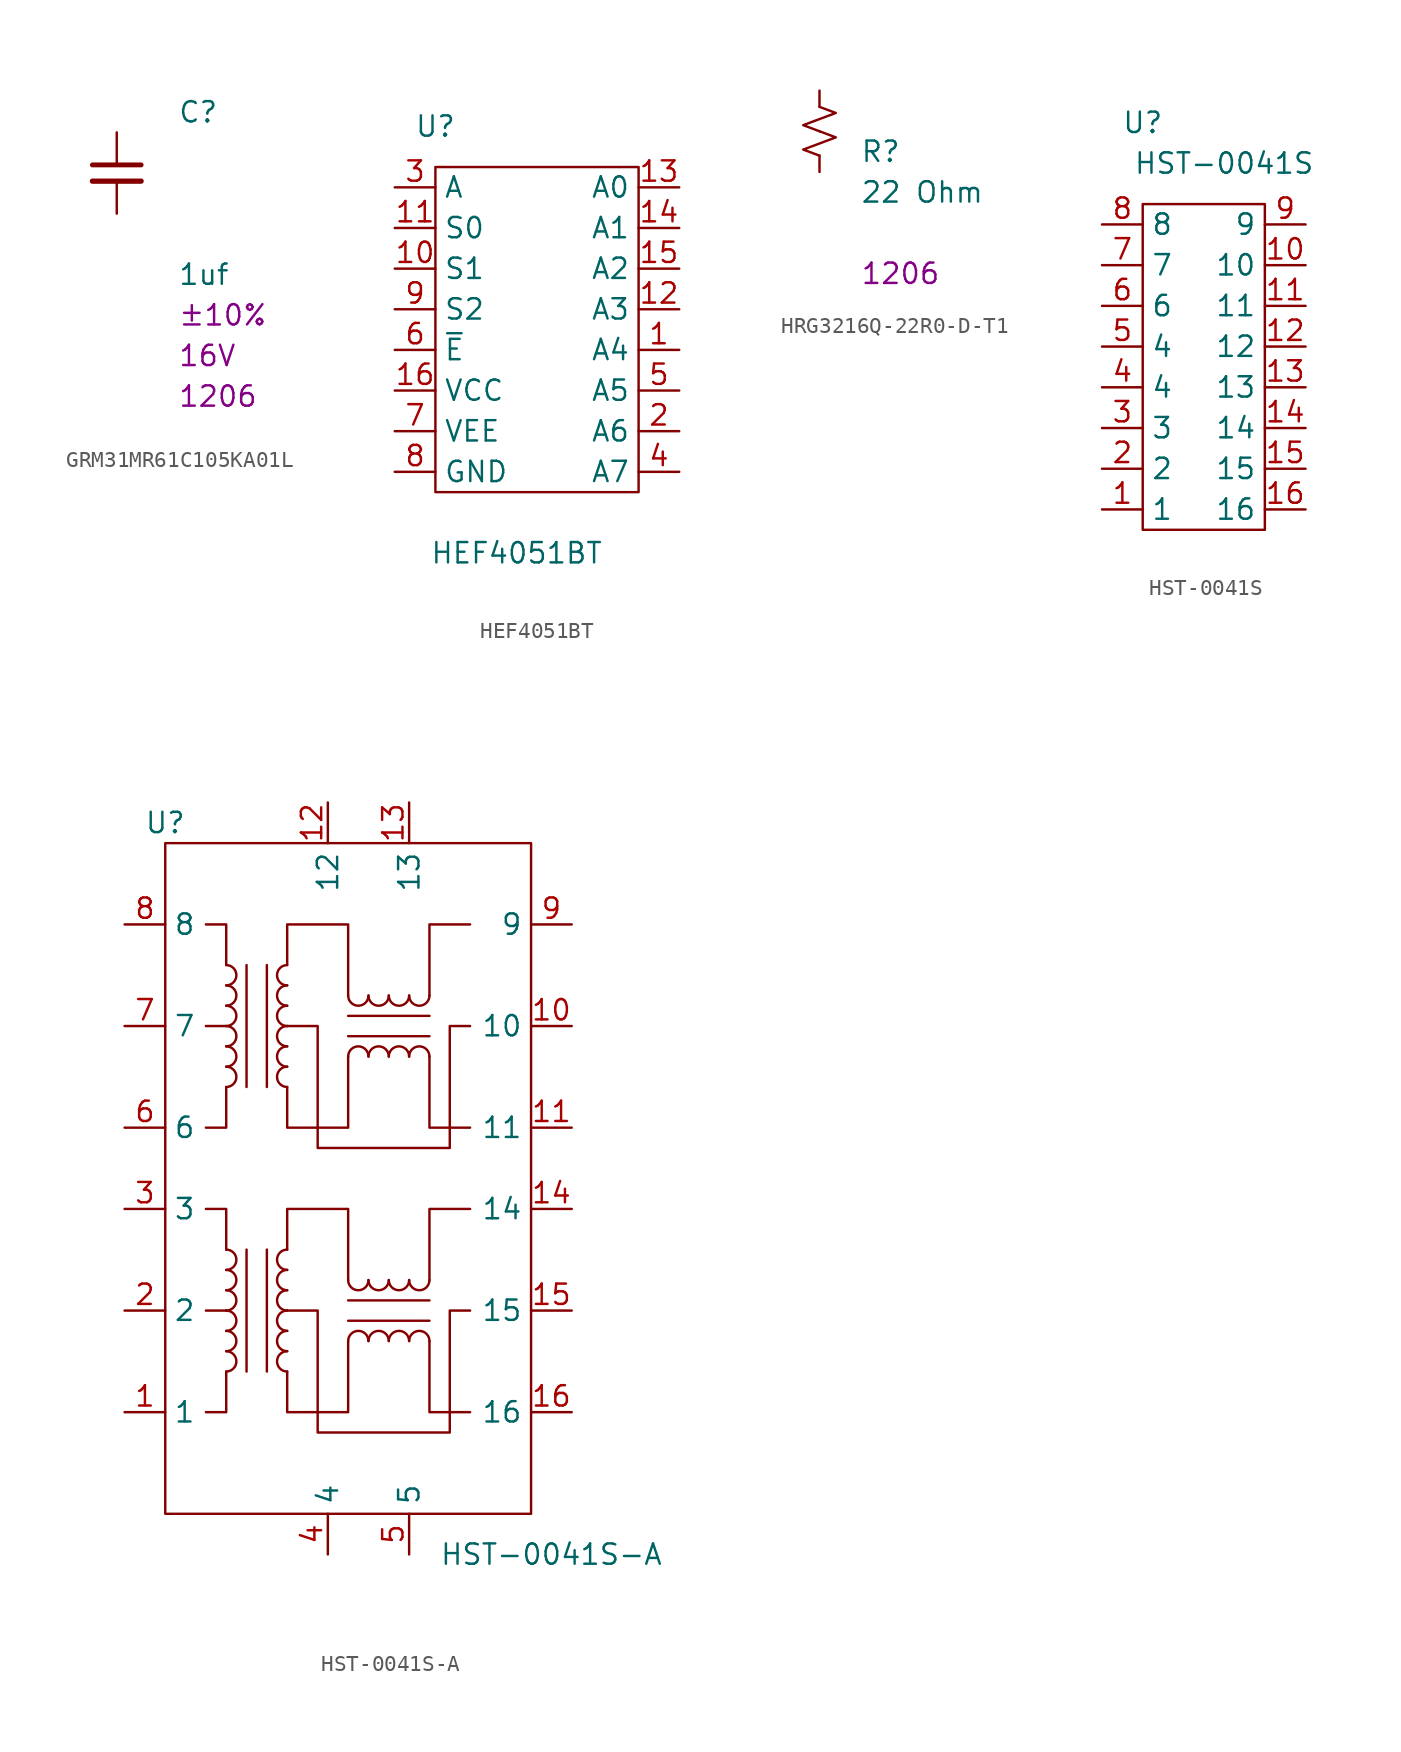
<source format=kicad_sym>
(kicad_symbol_lib
  (version 20220914)
  (generator kicad_symbol_editor)
  (symbol "GRM31MR61C105KA01L"
    (pin_numbers hide)
    (pin_names
      (offset 0.254) hide)
    (property "Reference" "C"
      (at 3.81 3.81 0)
      (effects (font (size 1.27 1.27)) (justify left)))
    (property "Value" "GRM31MR61C105KA01L"
      (at 3.81 -1.27 0)
      (effects (font (size 1.27 1.27)) (justify left)))
    (property "value" "1uf"
      (at 3.81 -6.35 0)
      (effects (font (size 1.27 1.27)) (justify left)))
    (property "Tolerance" "±10%"
      (at 3.81 -8.89 0)
      (effects (font (size 1.27 1.27)) (justify left)))
    (property "MAX Voltage" "16V"
      (at 3.81 -11.43 0)
      (effects (font (size 1.27 1.27)) (justify left)))
    (property "Chip Set" "1206"
      (at 3.81 -13.97 0)
      (effects (font (size 1.27 1.27)) (justify left)))
    (symbol "GRM31MR61C105KA01L_1_1"
      (polyline (pts (xy -1.524 -0.508) (xy 1.524 -0.508)) (stroke (width 0.33) (type default)) (fill (type none)))
      (polyline (pts (xy -1.524 0.508) (xy 1.524 0.508)) (stroke (width 0.305) (type default)) (fill (type none)))
      (pin passive line (at 0 2.54 270) (length 2.032) (name "~" (effects (font (size 1.27 1.27)))) (number "1" (effects (font (size 1.27 1.27)))))
      (pin passive line (at 0 -2.54 90) (length 2.032) (name "~" (effects (font (size 1.27 1.27)))) (number "2" (effects (font (size 1.27 1.27)))))))
  (symbol "HEF4051BT"
    (property "Reference" "U"
      (at -5.08 11.43 0)
      (effects (font (size 1.27 1.27))))
    (property "Value" "HEF4051BT"
      (at 0 -15.24 0)
      (effects (font (size 1.27 1.27))))
    (symbol "HEF4051BT_0_1"
      (rectangle (start -5.08 8.89) (end 7.62 -11.43) (stroke (width 0) (type default)) (fill (type none))))
    (symbol "HEF4051BT_1_1"
      (pin passive line (at 10.16 -2.54 180) (length 2.54) (name "A4" (effects (font (size 1.27 1.27)))) (number "1" (effects (font (size 1.27 1.27)))))
      (pin input line (at -7.62 2.54 0) (length 2.54) (name "S1" (effects (font (size 1.27 1.27)))) (number "10" (effects (font (size 1.27 1.27)))))
      (pin input line (at -7.62 5.08 0) (length 2.54) (name "S0" (effects (font (size 1.27 1.27)))) (number "11" (effects (font (size 1.27 1.27)))))
      (pin passive line (at 10.16 0 180) (length 2.54) (name "A3" (effects (font (size 1.27 1.27)))) (number "12" (effects (font (size 1.27 1.27)))))
      (pin passive line (at 10.16 7.62 180) (length 2.54) (name "A0" (effects (font (size 1.27 1.27)))) (number "13" (effects (font (size 1.27 1.27)))))
      (pin passive line (at 10.16 5.08 180) (length 2.54) (name "A1" (effects (font (size 1.27 1.27)))) (number "14" (effects (font (size 1.27 1.27)))))
      (pin passive line (at 10.16 2.54 180) (length 2.54) (name "A2" (effects (font (size 1.27 1.27)))) (number "15" (effects (font (size 1.27 1.27)))))
      (pin power_in line (at -7.62 -5.08 0) (length 2.54) (name "VCC" (effects (font (size 1.27 1.27)))) (number "16" (effects (font (size 1.27 1.27)))))
      (pin passive line (at 10.16 -7.62 180) (length 2.54) (name "A6" (effects (font (size 1.27 1.27)))) (number "2" (effects (font (size 1.27 1.27)))))
      (pin passive line (at -7.62 7.62 0) (length 2.54) (name "A" (effects (font (size 1.27 1.27)))) (number "3" (effects (font (size 1.27 1.27)))))
      (pin passive line (at 10.16 -10.16 180) (length 2.54) (name "A7" (effects (font (size 1.27 1.27)))) (number "4" (effects (font (size 1.27 1.27)))))
      (pin passive line (at 10.16 -5.08 180) (length 2.54) (name "A5" (effects (font (size 1.27 1.27)))) (number "5" (effects (font (size 1.27 1.27)))))
      (pin input line (at -7.62 -2.54 0) (length 2.54) (name "~{E}" (effects (font (size 1.27 1.27)))) (number "6" (effects (font (size 1.27 1.27)))))
      (pin power_in line (at -7.62 -7.62 0) (length 2.54) (name "VEE" (effects (font (size 1.27 1.27)))) (number "7" (effects (font (size 1.27 1.27)))))
      (pin power_in line (at -7.62 -10.16 0) (length 2.54) (name "GND" (effects (font (size 1.27 1.27)))) (number "8" (effects (font (size 1.27 1.27)))))
      (pin input line (at -7.62 0 0) (length 2.54) (name "S2" (effects (font (size 1.27 1.27)))) (number "9" (effects (font (size 1.27 1.27)))))))
  (symbol "HRG3216Q-22R0-D-T1"
    (pin_numbers hide)
    (pin_names
      (offset 0.254) hide)
    (property "Reference" "R"
      (at 2.54 -1.27 0)
      (effects (font (size 1.27 1.27)) (justify left)))
    (property "Value" "HRG3216Q-22R0-D-T1"
      (at 2.032 1.524 0)
      (effects (font (size 1.27 1.27)) (justify left)))
    (property "value" "22 Ohm"
      (at 2.54 -3.81 0)
      (effects (font (size 1.27 1.27)) (justify left)))
    (property "Chip Set" "1206"
      (at 2.54 -8.89 0)
      (effects (font (size 1.27 1.27)) (justify left)))
    (symbol "HRG3216Q-22R0-D-T1_1_1"
      (polyline (pts (xy 0 0) (xy 1.016 -0.381) (xy 0 -0.762) (xy -1.016 -1.143) (xy 0 -1.524)) (stroke (width 0) (type default)) (fill (type none)))
      (polyline (pts (xy 0 1.524) (xy 1.016 1.143) (xy 0 0.762) (xy -1.016 0.381) (xy 0 0)) (stroke (width 0) (type default)) (fill (type none)))
      (pin passive line (at 0 2.54 270) (length 1.016) (name "~" (effects (font (size 1.27 1.27)))) (number "1" (effects (font (size 1.27 1.27)))))
      (pin passive line (at 0 -2.54 90) (length 1.016) (name "~" (effects (font (size 1.27 1.27)))) (number "2" (effects (font (size 1.27 1.27)))))))
  (symbol "HST-0041S"
    (property "Reference" "U"
      (at -3.81 15.24 0)
      (effects (font (size 1.27 1.27))))
    (property "Value" "HST-0041S"
      (at 1.27 12.7 0)
      (effects (font (size 1.27 1.27))))
    (symbol "HST-0041S_0_1"
      (rectangle (start -3.81 10.16) (end 3.81 -10.16) (stroke (width 0) (type default)) (fill (type none))))
    (symbol "HST-0041S_1_1"
      (pin input line (at -6.35 -8.89 0) (length 2.54) (name "1" (effects (font (size 1.27 1.27)))) (number "1" (effects (font (size 1.27 1.27)))))
      (pin input line (at 6.35 6.35 180) (length 2.54) (name "10" (effects (font (size 1.27 1.27)))) (number "10" (effects (font (size 1.27 1.27)))))
      (pin input line (at 6.35 3.81 180) (length 2.54) (name "11" (effects (font (size 1.27 1.27)))) (number "11" (effects (font (size 1.27 1.27)))))
      (pin input line (at 6.35 1.27 180) (length 2.54) (name "12" (effects (font (size 1.27 1.27)))) (number "12" (effects (font (size 1.27 1.27)))))
      (pin input line (at 6.35 -1.27 180) (length 2.54) (name "13" (effects (font (size 1.27 1.27)))) (number "13" (effects (font (size 1.27 1.27)))))
      (pin input line (at 6.35 -3.81 180) (length 2.54) (name "14" (effects (font (size 1.27 1.27)))) (number "14" (effects (font (size 1.27 1.27)))))
      (pin input line (at 6.35 -6.35 180) (length 2.54) (name "15" (effects (font (size 1.27 1.27)))) (number "15" (effects (font (size 1.27 1.27)))))
      (pin input line (at 6.35 -8.89 180) (length 2.54) (name "16" (effects (font (size 1.27 1.27)))) (number "16" (effects (font (size 1.27 1.27)))))
      (pin input line (at -6.35 -6.35 0) (length 2.54) (name "2" (effects (font (size 1.27 1.27)))) (number "2" (effects (font (size 1.27 1.27)))))
      (pin input line (at -6.35 -3.81 0) (length 2.54) (name "3" (effects (font (size 1.27 1.27)))) (number "3" (effects (font (size 1.27 1.27)))))
      (pin input line (at -6.35 -1.27 0) (length 2.54) (name "4" (effects (font (size 1.27 1.27)))) (number "4" (effects (font (size 1.27 1.27)))))
      (pin input line (at -6.35 1.27 0) (length 2.54) (name "4" (effects (font (size 1.27 1.27)))) (number "5" (effects (font (size 1.27 1.27)))))
      (pin input line (at -6.35 3.81 0) (length 2.54) (name "6" (effects (font (size 1.27 1.27)))) (number "6" (effects (font (size 1.27 1.27)))))
      (pin input line (at -6.35 6.35 0) (length 2.54) (name "7" (effects (font (size 1.27 1.27)))) (number "7" (effects (font (size 1.27 1.27)))))
      (pin input line (at -6.35 8.89 0) (length 2.54) (name "8" (effects (font (size 1.27 1.27)))) (number "8" (effects (font (size 1.27 1.27)))))
      (pin input line (at 6.35 8.89 180) (length 2.54) (name "9" (effects (font (size 1.27 1.27)))) (number "9" (effects (font (size 1.27 1.27)))))))
  (symbol "HST-0041S-A"
    (property "Reference" "U"
      (at -12.7 21.59 0)
      (effects (font (size 1.27 1.27))))
    (property "Value" "HST-0041S-A"
      (at 11.43 -24.13 0)
      (effects (font (size 1.27 1.27))))
    (symbol "HST-0041S-A_0_1"
      (rectangle (start -12.7 20.32) (end 10.16 -21.59) (stroke (width 0) (type default)) (fill (type none)))
      (arc (start -8.89 5.08) (mid -8.2577 5.715) (end -8.89 6.35) (stroke (width 0) (type default)) (fill (type none)))
      (arc (start -8.89 6.35) (mid -8.2577 6.985) (end -8.89 7.62) (stroke (width 0) (type default)) (fill (type none)))
      (arc (start -8.89 7.62) (mid -8.2577 8.255) (end -8.89 8.89) (stroke (width 0) (type default)) (fill (type none)))
      (arc (start -8.89 8.89) (mid -8.2577 9.525) (end -8.89 10.16) (stroke (width 0) (type default)) (fill (type none)))
      (arc (start -8.89 10.16) (mid -8.2577 10.795) (end -8.89 11.43) (stroke (width 0) (type default)) (fill (type none)))
      (arc (start -8.89 11.43) (mid -8.2577 12.065) (end -8.89 12.7) (stroke (width 0) (type default)) (fill (type none)))
      (arc (start -1.27 10.795) (mid -0.635 10.1627) (end 0 10.795) (stroke (width 0) (type default)) (fill (type none)))
      (polyline (pts (xy -8.89 8.89) (xy -10.16 8.89)) (stroke (width 0) (type default)) (fill (type none)))
      (polyline (pts (xy -7.62 12.7) (xy -7.62 5.08)) (stroke (width 0) (type default)) (fill (type none)))
      (polyline (pts (xy -6.35 5.08) (xy -6.35 12.7)) (stroke (width 0) (type default)) (fill (type none)))
      (polyline (pts (xy -1.27 8.255) (xy 3.81 8.255)) (stroke (width 0) (type default)) (fill (type none)))
      (polyline (pts (xy -1.27 9.525) (xy 3.81 9.525)) (stroke (width 0) (type default)) (fill (type none)))
      (polyline (pts (xy -8.89 5.08) (xy -8.89 2.54) (xy -10.16 2.54)) (stroke (width 0) (type default)) (fill (type none)))
      (polyline (pts (xy -8.89 12.7) (xy -8.89 15.24) (xy -10.16 15.24)) (stroke (width 0) (type default)) (fill (type none)))
      (polyline (pts (xy 3.81 6.985) (xy 3.81 2.54) (xy 6.35 2.54)) (stroke (width 0) (type default)) (fill (type none)))
      (polyline (pts (xy 3.81 10.795) (xy 3.81 15.24) (xy 6.35 15.24)) (stroke (width 0) (type default)) (fill (type none)))
      (polyline (pts (xy -5.08 5.08) (xy -5.08 2.54) (xy -1.27 2.54) (xy -1.27 6.985)) (stroke (width 0) (type default)) (fill (type none)))
      (polyline (pts (xy -5.08 12.7) (xy -5.08 15.24) (xy -1.27 15.24) (xy -1.27 10.795)) (stroke (width 0) (type default)) (fill (type none)))
      (polyline (pts (xy -5.08 8.89) (xy -3.175 8.89) (xy -3.175 1.27) (xy 5.08 1.27) (xy 5.08 8.89) (xy 6.35 8.89)) (stroke (width 0) (type default)) (fill (type none)))
      (arc (start 0 10.795) (mid 0.635 10.1627) (end 1.27 10.795) (stroke (width 0) (type default)) (fill (type none)))
      (arc (start 1.27 10.795) (mid 1.905 10.1627) (end 2.54 10.795) (stroke (width 0) (type default)) (fill (type none)))
      (arc (start 2.54 10.795) (mid 3.175 10.1627) (end 3.81 10.795) (stroke (width 0) (type default)) (fill (type none))))
    (symbol "HST-0041S-A_1_1"
      (arc (start -8.89 -12.7) (mid -8.2577 -12.065) (end -8.89 -11.43) (stroke (width 0) (type default)) (fill (type none)))
      (arc (start -8.89 -11.43) (mid -8.2577 -10.795) (end -8.89 -10.16) (stroke (width 0) (type default)) (fill (type none)))
      (arc (start -8.89 -10.16) (mid -8.2577 -9.525) (end -8.89 -8.89) (stroke (width 0) (type default)) (fill (type none)))
      (arc (start -8.89 -8.89) (mid -8.2577 -8.255) (end -8.89 -7.62) (stroke (width 0) (type default)) (fill (type none)))
      (arc (start -8.89 -7.62) (mid -8.2577 -6.985) (end -8.89 -6.35) (stroke (width 0) (type default)) (fill (type none)))
      (arc (start -8.89 -6.35) (mid -8.2577 -5.715) (end -8.89 -5.08) (stroke (width 0) (type default)) (fill (type none)))
      (arc (start -5.08 -11.43) (mid -5.7123 -12.065) (end -5.08 -12.7) (stroke (width 0) (type default)) (fill (type none)))
      (arc (start -5.08 -10.16) (mid -5.7123 -10.795) (end -5.08 -11.43) (stroke (width 0) (type default)) (fill (type none)))
      (arc (start -5.08 -8.89) (mid -5.7123 -9.525) (end -5.08 -10.16) (stroke (width 0) (type default)) (fill (type none)))
      (arc (start -5.08 -7.62) (mid -5.7123 -8.255) (end -5.08 -8.89) (stroke (width 0) (type default)) (fill (type none)))
      (arc (start -5.08 -6.35) (mid -5.7123 -6.985) (end -5.08 -7.62) (stroke (width 0) (type default)) (fill (type none)))
      (arc (start -5.08 -5.08) (mid -5.7123 -5.715) (end -5.08 -6.35) (stroke (width 0) (type default)) (fill (type none)))
      (arc (start -5.08 6.35) (mid -5.7123 5.715) (end -5.08 5.08) (stroke (width 0) (type default)) (fill (type none)))
      (arc (start -5.08 7.62) (mid -5.7123 6.985) (end -5.08 6.35) (stroke (width 0) (type default)) (fill (type none)))
      (arc (start -5.08 8.89) (mid -5.7123 8.255) (end -5.08 7.62) (stroke (width 0) (type default)) (fill (type none)))
      (arc (start -5.08 10.16) (mid -5.7123 9.525) (end -5.08 8.89) (stroke (width 0) (type default)) (fill (type none)))
      (arc (start -5.08 11.43) (mid -5.7123 10.795) (end -5.08 10.16) (stroke (width 0) (type default)) (fill (type none)))
      (arc (start -5.08 12.7) (mid -5.7123 12.065) (end -5.08 11.43) (stroke (width 0) (type default)) (fill (type none)))
      (arc (start -1.27 -6.985) (mid -0.635 -7.6173) (end 0 -6.985) (stroke (width 0) (type default)) (fill (type none)))
      (arc (start 0 -10.795) (mid -0.635 -10.1627) (end -1.27 -10.795) (stroke (width 0) (type default)) (fill (type none)))
      (arc (start 0 -6.985) (mid 0.635 -7.6173) (end 1.27 -6.985) (stroke (width 0) (type default)) (fill (type none)))
      (polyline (pts (xy -8.89 -8.89) (xy -10.16 -8.89)) (stroke (width 0) (type default)) (fill (type none)))
      (polyline (pts (xy -7.62 -5.08) (xy -7.62 -12.7)) (stroke (width 0) (type default)) (fill (type none)))
      (polyline (pts (xy -6.35 -12.7) (xy -6.35 -5.08)) (stroke (width 0) (type default)) (fill (type none)))
      (polyline (pts (xy -1.27 -9.525) (xy 3.81 -9.525)) (stroke (width 0) (type default)) (fill (type none)))
      (polyline (pts (xy -1.27 -8.255) (xy 3.81 -8.255)) (stroke (width 0) (type default)) (fill (type none)))
      (polyline (pts (xy -8.89 -12.7) (xy -8.89 -15.24) (xy -10.16 -15.24)) (stroke (width 0) (type default)) (fill (type none)))
      (polyline (pts (xy -8.89 -5.08) (xy -8.89 -2.54) (xy -10.16 -2.54)) (stroke (width 0) (type default)) (fill (type none)))
      (polyline (pts (xy 3.81 -10.795) (xy 3.81 -15.24) (xy 6.35 -15.24)) (stroke (width 0) (type default)) (fill (type none)))
      (polyline (pts (xy 3.81 -6.985) (xy 3.81 -2.54) (xy 6.35 -2.54)) (stroke (width 0) (type default)) (fill (type none)))
      (polyline (pts (xy -5.08 -12.7) (xy -5.08 -15.24) (xy -1.27 -15.24) (xy -1.27 -10.795)) (stroke (width 0) (type default)) (fill (type none)))
      (polyline (pts (xy -5.08 -5.08) (xy -5.08 -2.54) (xy -1.27 -2.54) (xy -1.27 -6.985)) (stroke (width 0) (type default)) (fill (type none)))
      (polyline (pts (xy -5.08 -8.89) (xy -3.175 -8.89) (xy -3.175 -16.51) (xy 5.08 -16.51) (xy 5.08 -8.89) (xy 6.35 -8.89)) (stroke (width 0) (type default)) (fill (type none)))
      (arc (start 0 6.985) (mid -0.635 7.6173) (end -1.27 6.985) (stroke (width 0) (type default)) (fill (type none)))
      (arc (start 1.27 -10.795) (mid 0.635 -10.1627) (end 0 -10.795) (stroke (width 0) (type default)) (fill (type none)))
      (arc (start 1.27 -6.985) (mid 1.905 -7.6173) (end 2.54 -6.985) (stroke (width 0) (type default)) (fill (type none)))
      (arc (start 1.27 6.985) (mid 0.635 7.6173) (end 0 6.985) (stroke (width 0) (type default)) (fill (type none)))
      (arc (start 2.54 -10.795) (mid 1.905 -10.1627) (end 1.27 -10.795) (stroke (width 0) (type default)) (fill (type none)))
      (arc (start 2.54 -6.985) (mid 3.175 -7.6173) (end 3.81 -6.985) (stroke (width 0) (type default)) (fill (type none)))
      (arc (start 2.54 6.985) (mid 1.905 7.6173) (end 1.27 6.985) (stroke (width 0) (type default)) (fill (type none)))
      (arc (start 3.81 -10.795) (mid 3.175 -10.1627) (end 2.54 -10.795) (stroke (width 0) (type default)) (fill (type none)))
      (arc (start 3.81 6.985) (mid 3.175 7.6173) (end 2.54 6.985) (stroke (width 0) (type default)) (fill (type none)))
      (pin input line (at -15.24 -15.24 0) (length 2.54) (name "1" (effects (font (size 1.27 1.27)))) (number "1" (effects (font (size 1.27 1.27)))))
      (pin input line (at 12.7 8.89 180) (length 2.54) (name "10" (effects (font (size 1.27 1.27)))) (number "10" (effects (font (size 1.27 1.27)))))
      (pin input line (at 12.7 2.54 180) (length 2.54) (name "11" (effects (font (size 1.27 1.27)))) (number "11" (effects (font (size 1.27 1.27)))))
      (pin input line (at -2.54 22.86 270) (length 2.54) (name "12" (effects (font (size 1.27 1.27)))) (number "12" (effects (font (size 1.27 1.27)))))
      (pin input line (at 2.54 22.86 270) (length 2.54) (name "13" (effects (font (size 1.27 1.27)))) (number "13" (effects (font (size 1.27 1.27)))))
      (pin input line (at 12.7 -2.54 180) (length 2.54) (name "14" (effects (font (size 1.27 1.27)))) (number "14" (effects (font (size 1.27 1.27)))))
      (pin input line (at 12.7 -8.89 180) (length 2.54) (name "15" (effects (font (size 1.27 1.27)))) (number "15" (effects (font (size 1.27 1.27)))))
      (pin input line (at 12.7 -15.24 180) (length 2.54) (name "16" (effects (font (size 1.27 1.27)))) (number "16" (effects (font (size 1.27 1.27)))))
      (pin input line (at -15.24 -8.89 0) (length 2.54) (name "2" (effects (font (size 1.27 1.27)))) (number "2" (effects (font (size 1.27 1.27)))))
      (pin input line (at -15.24 -2.54 0) (length 2.54) (name "3" (effects (font (size 1.27 1.27)))) (number "3" (effects (font (size 1.27 1.27)))))
      (pin input line (at -2.54 -24.13 90) (length 2.54) (name "4" (effects (font (size 1.27 1.27)))) (number "4" (effects (font (size 1.27 1.27)))))
      (pin input line (at 2.54 -24.13 90) (length 2.54) (name "5" (effects (font (size 1.27 1.27)))) (number "5" (effects (font (size 1.27 1.27)))))
      (pin input line (at -15.24 2.54 0) (length 2.54) (name "6" (effects (font (size 1.27 1.27)))) (number "6" (effects (font (size 1.27 1.27)))))
      (pin input line (at -15.24 8.89 0) (length 2.54) (name "7" (effects (font (size 1.27 1.27)))) (number "7" (effects (font (size 1.27 1.27)))))
      (pin input line (at -15.24 15.24 0) (length 2.54) (name "8" (effects (font (size 1.27 1.27)))) (number "8" (effects (font (size 1.27 1.27)))))
      (pin input line (at 12.7 15.24 180) (length 2.54) (name "9" (effects (font (size 1.27 1.27)))) (number "9" (effects (font (size 1.27 1.27))))))))
</source>
